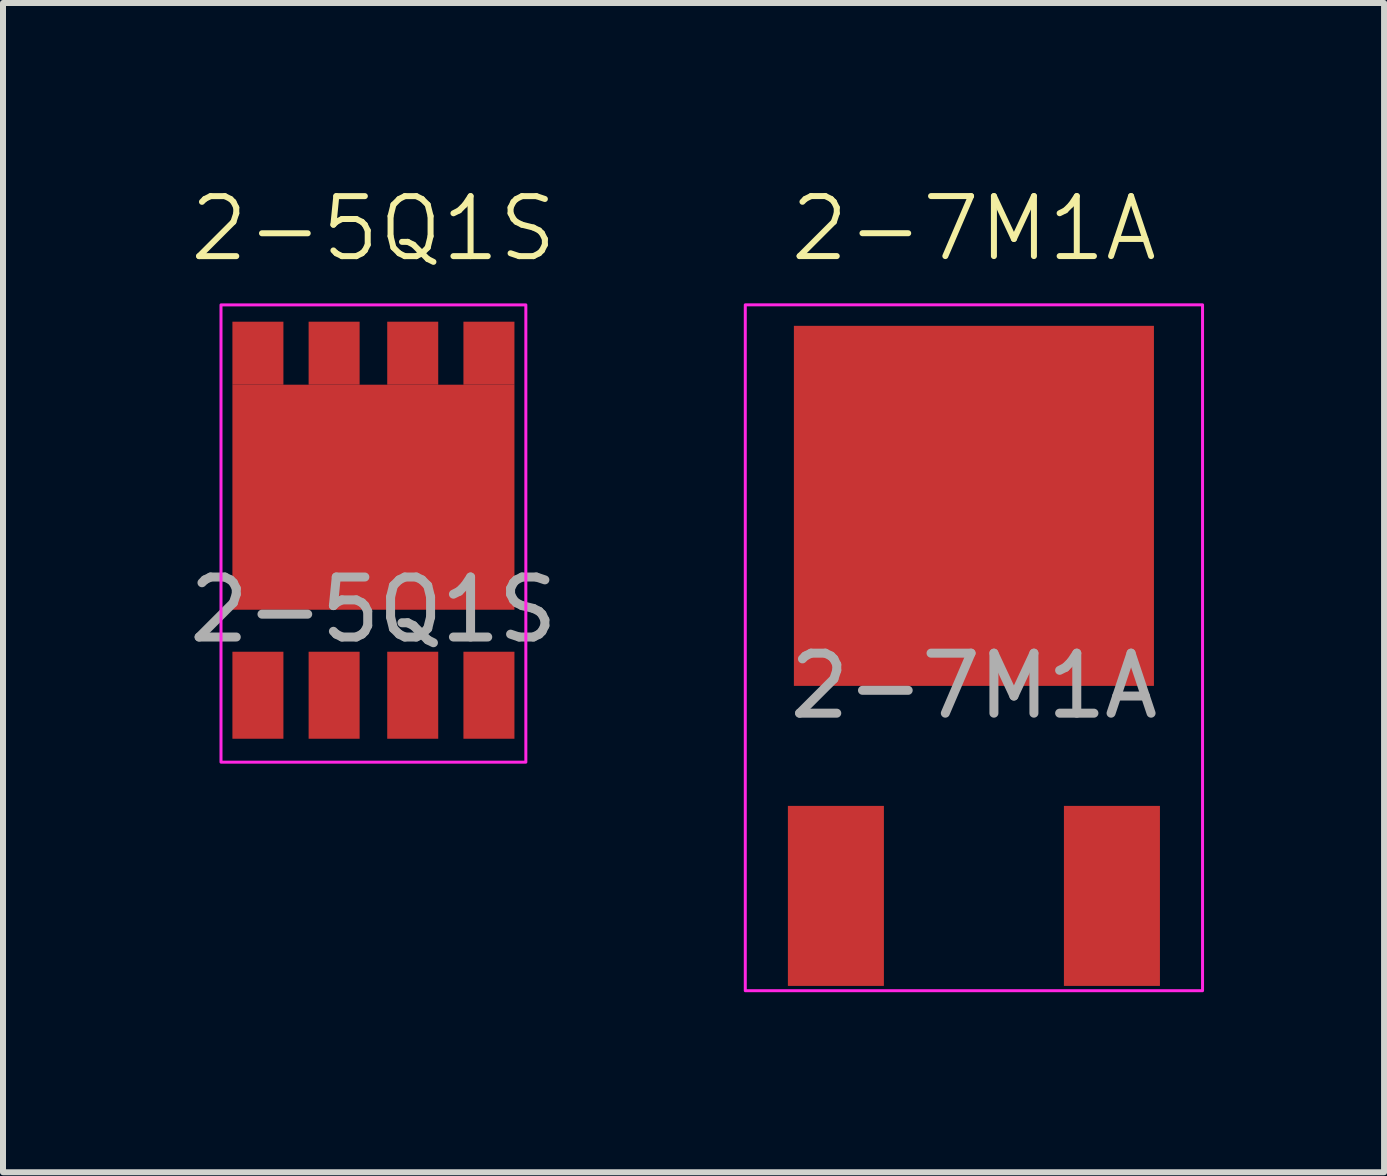
<source format=kicad_pcb>
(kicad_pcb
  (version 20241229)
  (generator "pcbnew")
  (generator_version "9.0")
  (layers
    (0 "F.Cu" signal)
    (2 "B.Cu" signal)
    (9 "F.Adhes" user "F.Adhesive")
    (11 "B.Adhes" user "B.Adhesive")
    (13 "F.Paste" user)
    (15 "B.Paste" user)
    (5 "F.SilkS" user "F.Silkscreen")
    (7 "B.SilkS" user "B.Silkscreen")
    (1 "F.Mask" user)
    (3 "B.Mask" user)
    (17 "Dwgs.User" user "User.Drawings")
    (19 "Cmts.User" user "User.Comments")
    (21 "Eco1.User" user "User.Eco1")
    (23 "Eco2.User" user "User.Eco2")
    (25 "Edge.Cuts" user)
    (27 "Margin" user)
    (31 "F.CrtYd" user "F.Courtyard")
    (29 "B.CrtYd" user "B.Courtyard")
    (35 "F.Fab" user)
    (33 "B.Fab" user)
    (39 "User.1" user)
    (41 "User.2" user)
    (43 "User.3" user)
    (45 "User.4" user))
  (footprint "2-7M1A"
    (layer "F.Cu")
    (at 13.18 8.38)
    (property "Reference" "2-7M1A" (at 0 -7.62 0) (unlocked yes) (layer "F.SilkS") (effects (font (size 1 1) (thickness 0.1))))
    (attr smd)
    (fp_rect (start -3.81 -6.35) (end 3.81 5.08) (stroke (width 0.05) (type default)) (fill no) (layer "F.CrtYd"))
    (fp_text user "${REFERENCE}" (at 0 0 0) (unlocked yes) (layer "F.Fab") (effects (font (size 1 1) (thickness 0.15))))
    (pad "1" smd rect (at -2.3 3.5) (size 1.6 3) (layers "F.Cu" "F.Mask" "F.Paste"))
    (pad "2" smd rect (at 0 -3) (size 6 6) (layers "F.Cu" "F.Mask" "F.Paste"))
    (pad "3" smd rect (at 2.3 3.5) (size 1.6 3) (layers "F.Cu" "F.Mask" "F.Paste")))
  (footprint "2-5Q1S"
    (layer "F.Cu")
    (at 3.173 7.111)
    (property "Reference" "2-5Q1S" (at 0 -6.35 0) (unlocked yes) (layer "F.SilkS") (effects (font (size 1 1) (thickness 0.1))))
    (attr smd)
    (fp_rect (start -2.54 -5.08) (end 2.54 2.54) (stroke (width 0.05) (type default)) (fill no) (layer "F.CrtYd"))
    (fp_text user "${REFERENCE}" (at 0 0 0) (unlocked yes) (layer "F.Fab") (effects (font (size 1 1) (thickness 0.15))))
    (pad "1" smd rect (at -1.925 1.425) (size 0.85 1.45) (layers "F.Cu" "F.Mask" "F.Paste"))
    (pad "2" smd rect (at -0.655 1.425) (size 0.85 1.45) (layers "F.Cu" "F.Mask" "F.Paste"))
    (pad "3" smd rect (at 0.655 1.425) (size 0.85 1.45) (layers "F.Cu" "F.Mask" "F.Paste"))
    (pad "4" smd rect (at 1.925 1.425) (size 0.85 1.45) (layers "F.Cu" "F.Mask" "F.Paste"))
    (pad "5" smd rect (at 0 -1.875) (size 4.7 3.75) (layers "F.Cu" "F.Mask" "F.Paste"))
    (pad "5" smd rect (at 1.925 -4.275) (size 0.85 1.05) (layers "F.Cu" "F.Mask" "F.Paste"))
    (pad "6" smd rect (at 0.655 -4.275) (size 0.85 1.05) (layers "F.Cu" "F.Mask" "F.Paste"))
    (pad "7" smd rect (at -0.655 -4.275) (size 0.85 1.05) (layers "F.Cu" "F.Mask" "F.Paste"))
    (pad "8" smd rect (at -1.925 -4.275) (size 0.85 1.05) (layers "F.Cu" "F.Mask" "F.Paste")))
  (gr_rect
    (start -3 -3)
    (end 20.015 16.485)
    (stroke (width 0.1) (type default))
    (fill no)
    (layer "Edge.Cuts")))
</source>
